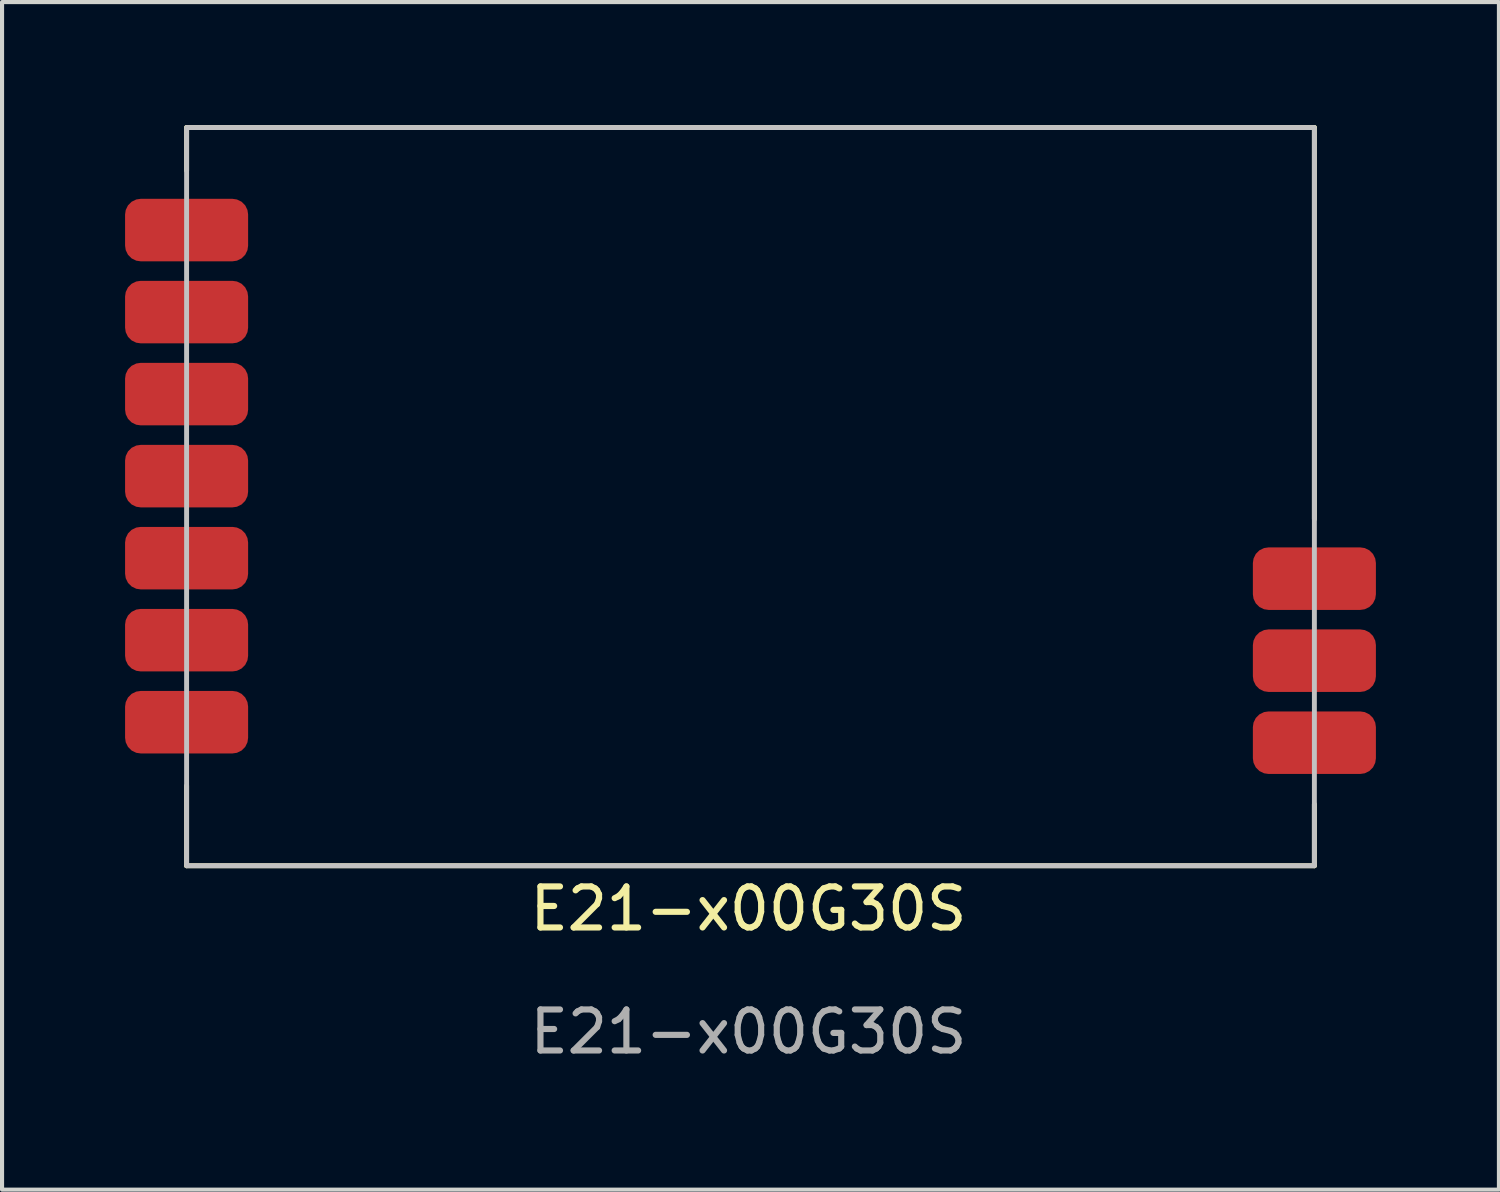
<source format=kicad_pcb>
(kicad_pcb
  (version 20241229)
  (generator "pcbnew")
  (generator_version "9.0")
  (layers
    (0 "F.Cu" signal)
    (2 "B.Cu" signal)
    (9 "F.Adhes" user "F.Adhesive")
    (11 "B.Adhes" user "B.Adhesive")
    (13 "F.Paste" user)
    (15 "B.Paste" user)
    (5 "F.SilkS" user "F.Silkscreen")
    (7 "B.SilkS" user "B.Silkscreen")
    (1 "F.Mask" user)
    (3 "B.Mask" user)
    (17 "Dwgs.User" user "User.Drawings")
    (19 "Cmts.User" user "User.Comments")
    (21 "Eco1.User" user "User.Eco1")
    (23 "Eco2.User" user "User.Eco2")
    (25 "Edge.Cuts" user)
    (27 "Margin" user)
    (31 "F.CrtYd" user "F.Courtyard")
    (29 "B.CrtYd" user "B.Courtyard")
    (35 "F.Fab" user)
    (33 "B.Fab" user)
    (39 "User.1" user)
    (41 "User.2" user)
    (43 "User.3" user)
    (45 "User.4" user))
  (footprint "E21-x00G30S"
    (layer "F.Cu")
    (at 15.2 19.61)
    (property "Reference" "E21-x00G30S" (at 0 -0.5 0) (unlocked yes) (layer "F.SilkS") (effects (font (size 1 1) (thickness 0.15))))
    (attr smd)
    (fp_line (start -13.7 -19.55) (end 13.8 -19.55) (stroke (width 0.12) (type default)) (layer "F.SilkS"))
    (fp_line (start -13.7 -18.5) (end -13.7 -19.55) (stroke (width 0.12) (type default)) (layer "F.SilkS"))
    (fp_line (start -13.7 -3.5) (end -13.7 -1.55) (stroke (width 0.12) (type default)) (layer "F.SilkS"))
    (fp_line (start -13.7 -1.55) (end 13.8 -1.55) (stroke (width 0.12) (type default)) (layer "F.SilkS"))
    (fp_line (start 13.8 -19.55) (end 13.8 -10) (stroke (width 0.12) (type default)) (layer "F.SilkS"))
    (fp_line (start 13.8 -1.55) (end 13.8 -3.05) (stroke (width 0.12) (type default)) (layer "F.SilkS"))
    (fp_rect (start -13.7 -19.55) (end 13.8 -1.55) (stroke (width 0.12) (type default)) (fill no) (layer "Dwgs.User"))
    (fp_text user "${REFERENCE}" (at 0 2.5 0) (unlocked yes) (layer "F.Fab") (effects (font (size 1 1) (thickness 0.15))))
    (pad "1" smd roundrect (at -13.7 -17.05) (size 3 1.524) (layers "F.Cu" "F.Mask" "F.Paste") (roundrect_rratio 0.25))
    (pad "2" smd roundrect (at -13.7 -15.05) (size 3 1.524) (layers "F.Cu" "F.Mask" "F.Paste") (roundrect_rratio 0.25))
    (pad "3" smd roundrect (at -13.7 -13.05) (size 3 1.524) (layers "F.Cu" "F.Mask" "F.Paste") (roundrect_rratio 0.25))
    (pad "4" smd roundrect (at -13.7 -11.05) (size 3 1.524) (layers "F.Cu" "F.Mask" "F.Paste") (roundrect_rratio 0.25))
    (pad "5" smd roundrect (at -13.7 -9.05) (size 3 1.524) (layers "F.Cu" "F.Mask" "F.Paste") (roundrect_rratio 0.25))
    (pad "6" smd roundrect (at -13.7 -7.05) (size 3 1.524) (layers "F.Cu" "F.Mask" "F.Paste") (roundrect_rratio 0.25))
    (pad "7" smd roundrect (at -13.7 -5.05) (size 3 1.524) (layers "F.Cu" "F.Mask" "F.Paste") (roundrect_rratio 0.25))
    (pad "8" smd roundrect (at 13.8 -8.55) (size 3 1.524) (layers "F.Cu" "F.Mask" "F.Paste") (roundrect_rratio 0.25))
    (pad "9" smd roundrect (at 13.8 -6.55) (size 3 1.524) (layers "F.Cu" "F.Mask" "F.Paste") (roundrect_rratio 0.25))
    (pad "10" smd roundrect (at 13.8 -4.55) (size 3 1.524) (layers "F.Cu" "F.Mask" "F.Paste") (roundrect_rratio 0.25)))
  (gr_rect
    (start -3 -3)
    (end 33.5 25.958)
    (stroke (width 0.1) (type default))
    (fill no)
    (layer "Edge.Cuts")))
</source>
